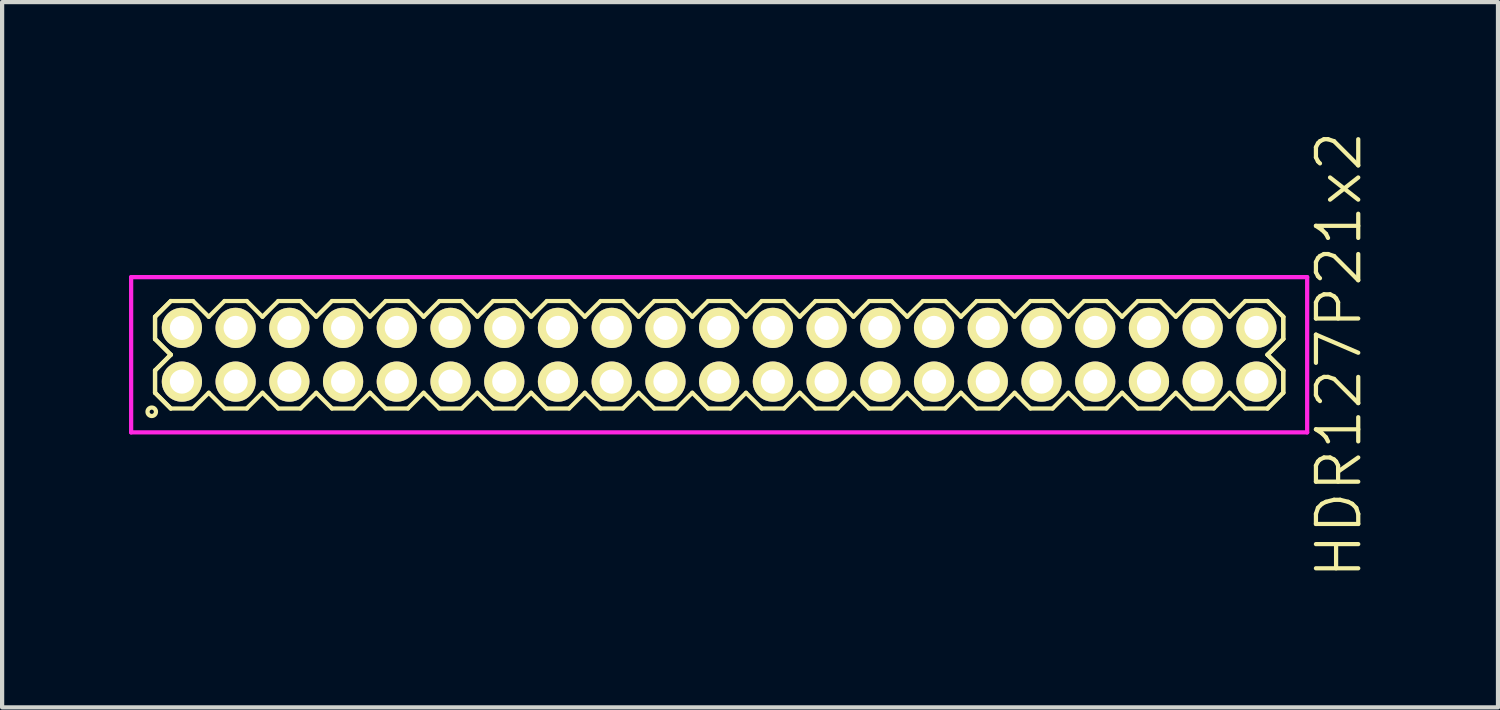
<source format=kicad_pcb>
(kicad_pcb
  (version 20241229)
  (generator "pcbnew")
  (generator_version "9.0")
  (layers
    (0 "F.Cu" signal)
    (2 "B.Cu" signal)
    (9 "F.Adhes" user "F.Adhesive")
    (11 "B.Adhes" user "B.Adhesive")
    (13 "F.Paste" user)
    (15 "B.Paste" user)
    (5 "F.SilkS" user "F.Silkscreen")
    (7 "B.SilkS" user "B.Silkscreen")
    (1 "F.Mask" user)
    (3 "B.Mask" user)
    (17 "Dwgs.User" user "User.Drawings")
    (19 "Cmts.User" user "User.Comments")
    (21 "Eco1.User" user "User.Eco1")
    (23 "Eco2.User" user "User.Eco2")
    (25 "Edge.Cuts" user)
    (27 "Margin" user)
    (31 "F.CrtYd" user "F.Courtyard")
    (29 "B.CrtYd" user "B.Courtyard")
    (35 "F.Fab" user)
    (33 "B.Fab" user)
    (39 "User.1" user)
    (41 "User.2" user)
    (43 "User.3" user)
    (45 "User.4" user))
  (footprint "HDR127P21x2"
    (layer "F.Cu")
    (at 13.95 5.336)
    (property "Reference" "HDR127P21x2" (at 14.65 0 90) (layer "F.SilkS") (effects (font (size 1 1) (thickness 0.1))))
    (attr through_hole)
    (fp_line (start -13.335 -0.898) (end -12.963 -1.27) (stroke (width 0.1) (type solid)) (layer "F.SilkS"))
    (fp_line (start -13.335 -0.898) (end -12.963 -1.27) (stroke (width 0.1) (type solid)) (layer "F.SilkS"))
    (fp_line (start -13.335 -0.372) (end -13.335 -0.898) (stroke (width 0.1) (type solid)) (layer "F.SilkS"))
    (fp_line (start -13.335 -0.372) (end -13.335 -0.898) (stroke (width 0.1) (type solid)) (layer "F.SilkS"))
    (fp_line (start -13.335 0.372) (end -12.963 0) (stroke (width 0.1) (type solid)) (layer "F.SilkS"))
    (fp_line (start -13.335 0.372) (end -12.963 0) (stroke (width 0.1) (type solid)) (layer "F.SilkS"))
    (fp_line (start -13.335 0.898) (end -13.335 0.372) (stroke (width 0.1) (type solid)) (layer "F.SilkS"))
    (fp_line (start -13.335 0.898) (end -13.335 0.372) (stroke (width 0.1) (type solid)) (layer "F.SilkS"))
    (fp_line (start -12.963 -1.27) (end -12.437 -1.27) (stroke (width 0.1) (type solid)) (layer "F.SilkS"))
    (fp_line (start -12.963 0) (end -13.335 -0.372) (stroke (width 0.1) (type solid)) (layer "F.SilkS"))
    (fp_line (start -12.963 0) (end -13.335 -0.372) (stroke (width 0.1) (type solid)) (layer "F.SilkS"))
    (fp_line (start -12.963 1.27) (end -13.335 0.898) (stroke (width 0.1) (type solid)) (layer "F.SilkS"))
    (fp_line (start -12.963 1.27) (end -13.335 0.898) (stroke (width 0.1) (type solid)) (layer "F.SilkS"))
    (fp_line (start -12.437 -1.27) (end -12.065 -0.898) (stroke (width 0.1) (type solid)) (layer "F.SilkS"))
    (fp_line (start -12.437 1.27) (end -12.963 1.27) (stroke (width 0.1) (type solid)) (layer "F.SilkS"))
    (fp_line (start -12.065 -0.898) (end -11.693 -1.27) (stroke (width 0.1) (type solid)) (layer "F.SilkS"))
    (fp_line (start -12.065 0.898) (end -12.437 1.27) (stroke (width 0.1) (type solid)) (layer "F.SilkS"))
    (fp_line (start -11.693 -1.27) (end -11.167 -1.27) (stroke (width 0.1) (type solid)) (layer "F.SilkS"))
    (fp_line (start -11.693 1.27) (end -12.065 0.898) (stroke (width 0.1) (type solid)) (layer "F.SilkS"))
    (fp_line (start -11.167 -1.27) (end -10.795 -0.898) (stroke (width 0.1) (type solid)) (layer "F.SilkS"))
    (fp_line (start -11.167 1.27) (end -11.693 1.27) (stroke (width 0.1) (type solid)) (layer "F.SilkS"))
    (fp_line (start -10.795 -0.898) (end -10.423 -1.27) (stroke (width 0.1) (type solid)) (layer "F.SilkS"))
    (fp_line (start -10.795 0.898) (end -11.167 1.27) (stroke (width 0.1) (type solid)) (layer "F.SilkS"))
    (fp_line (start -10.423 -1.27) (end -9.897 -1.27) (stroke (width 0.1) (type solid)) (layer "F.SilkS"))
    (fp_line (start -10.423 1.27) (end -10.795 0.898) (stroke (width 0.1) (type solid)) (layer "F.SilkS"))
    (fp_line (start -9.897 -1.27) (end -9.525 -0.898) (stroke (width 0.1) (type solid)) (layer "F.SilkS"))
    (fp_line (start -9.897 1.27) (end -10.423 1.27) (stroke (width 0.1) (type solid)) (layer "F.SilkS"))
    (fp_line (start -9.525 -0.898) (end -9.153 -1.27) (stroke (width 0.1) (type solid)) (layer "F.SilkS"))
    (fp_line (start -9.525 0.898) (end -9.897 1.27) (stroke (width 0.1) (type solid)) (layer "F.SilkS"))
    (fp_line (start -9.153 -1.27) (end -8.627 -1.27) (stroke (width 0.1) (type solid)) (layer "F.SilkS"))
    (fp_line (start -9.153 1.27) (end -9.525 0.898) (stroke (width 0.1) (type solid)) (layer "F.SilkS"))
    (fp_line (start -8.627 -1.27) (end -8.255 -0.898) (stroke (width 0.1) (type solid)) (layer "F.SilkS"))
    (fp_line (start -8.627 1.27) (end -9.153 1.27) (stroke (width 0.1) (type solid)) (layer "F.SilkS"))
    (fp_line (start -8.255 -0.898) (end -7.883 -1.27) (stroke (width 0.1) (type solid)) (layer "F.SilkS"))
    (fp_line (start -8.255 0.898) (end -8.627 1.27) (stroke (width 0.1) (type solid)) (layer "F.SilkS"))
    (fp_line (start -7.883 -1.27) (end -7.357 -1.27) (stroke (width 0.1) (type solid)) (layer "F.SilkS"))
    (fp_line (start -7.883 1.27) (end -8.255 0.898) (stroke (width 0.1) (type solid)) (layer "F.SilkS"))
    (fp_line (start -7.357 -1.27) (end -6.985 -0.898) (stroke (width 0.1) (type solid)) (layer "F.SilkS"))
    (fp_line (start -7.357 1.27) (end -7.883 1.27) (stroke (width 0.1) (type solid)) (layer "F.SilkS"))
    (fp_line (start -6.985 -0.898) (end -6.613 -1.27) (stroke (width 0.1) (type solid)) (layer "F.SilkS"))
    (fp_line (start -6.985 0.898) (end -7.357 1.27) (stroke (width 0.1) (type solid)) (layer "F.SilkS"))
    (fp_line (start -6.613 -1.27) (end -6.087 -1.27) (stroke (width 0.1) (type solid)) (layer "F.SilkS"))
    (fp_line (start -6.613 1.27) (end -6.985 0.898) (stroke (width 0.1) (type solid)) (layer "F.SilkS"))
    (fp_line (start -6.087 -1.27) (end -5.715 -0.898) (stroke (width 0.1) (type solid)) (layer "F.SilkS"))
    (fp_line (start -6.087 1.27) (end -6.613 1.27) (stroke (width 0.1) (type solid)) (layer "F.SilkS"))
    (fp_line (start -5.715 -0.898) (end -5.343 -1.27) (stroke (width 0.1) (type solid)) (layer "F.SilkS"))
    (fp_line (start -5.715 0.898) (end -6.087 1.27) (stroke (width 0.1) (type solid)) (layer "F.SilkS"))
    (fp_line (start -5.343 -1.27) (end -4.817 -1.27) (stroke (width 0.1) (type solid)) (layer "F.SilkS"))
    (fp_line (start -5.343 1.27) (end -5.715 0.898) (stroke (width 0.1) (type solid)) (layer "F.SilkS"))
    (fp_line (start -4.817 -1.27) (end -4.445 -0.898) (stroke (width 0.1) (type solid)) (layer "F.SilkS"))
    (fp_line (start -4.817 1.27) (end -5.343 1.27) (stroke (width 0.1) (type solid)) (layer "F.SilkS"))
    (fp_line (start -4.445 -0.898) (end -4.073 -1.27) (stroke (width 0.1) (type solid)) (layer "F.SilkS"))
    (fp_line (start -4.445 0.898) (end -4.817 1.27) (stroke (width 0.1) (type solid)) (layer "F.SilkS"))
    (fp_line (start -4.073 -1.27) (end -3.547 -1.27) (stroke (width 0.1) (type solid)) (layer "F.SilkS"))
    (fp_line (start -4.073 1.27) (end -4.445 0.898) (stroke (width 0.1) (type solid)) (layer "F.SilkS"))
    (fp_line (start -3.547 -1.27) (end -3.175 -0.898) (stroke (width 0.1) (type solid)) (layer "F.SilkS"))
    (fp_line (start -3.547 1.27) (end -4.073 1.27) (stroke (width 0.1) (type solid)) (layer "F.SilkS"))
    (fp_line (start -3.175 -0.898) (end -2.803 -1.27) (stroke (width 0.1) (type solid)) (layer "F.SilkS"))
    (fp_line (start -3.175 0.898) (end -3.547 1.27) (stroke (width 0.1) (type solid)) (layer "F.SilkS"))
    (fp_line (start -2.803 -1.27) (end -2.277 -1.27) (stroke (width 0.1) (type solid)) (layer "F.SilkS"))
    (fp_line (start -2.803 1.27) (end -3.175 0.898) (stroke (width 0.1) (type solid)) (layer "F.SilkS"))
    (fp_line (start -2.277 -1.27) (end -1.905 -0.898) (stroke (width 0.1) (type solid)) (layer "F.SilkS"))
    (fp_line (start -2.277 1.27) (end -2.803 1.27) (stroke (width 0.1) (type solid)) (layer "F.SilkS"))
    (fp_line (start -1.905 -0.898) (end -1.533 -1.27) (stroke (width 0.1) (type solid)) (layer "F.SilkS"))
    (fp_line (start -1.905 0.898) (end -2.277 1.27) (stroke (width 0.1) (type solid)) (layer "F.SilkS"))
    (fp_line (start -1.533 -1.27) (end -1.007 -1.27) (stroke (width 0.1) (type solid)) (layer "F.SilkS"))
    (fp_line (start -1.533 1.27) (end -1.905 0.898) (stroke (width 0.1) (type solid)) (layer "F.SilkS"))
    (fp_line (start -1.007 -1.27) (end -0.635 -0.898) (stroke (width 0.1) (type solid)) (layer "F.SilkS"))
    (fp_line (start -1.007 1.27) (end -1.533 1.27) (stroke (width 0.1) (type solid)) (layer "F.SilkS"))
    (fp_line (start -0.635 -0.898) (end -0.263 -1.27) (stroke (width 0.1) (type solid)) (layer "F.SilkS"))
    (fp_line (start -0.635 0.898) (end -1.007 1.27) (stroke (width 0.1) (type solid)) (layer "F.SilkS"))
    (fp_line (start -0.263 -1.27) (end 0.263 -1.27) (stroke (width 0.1) (type solid)) (layer "F.SilkS"))
    (fp_line (start -0.263 1.27) (end -0.635 0.898) (stroke (width 0.1) (type solid)) (layer "F.SilkS"))
    (fp_line (start 0.263 -1.27) (end 0.635 -0.898) (stroke (width 0.1) (type solid)) (layer "F.SilkS"))
    (fp_line (start 0.263 1.27) (end -0.263 1.27) (stroke (width 0.1) (type solid)) (layer "F.SilkS"))
    (fp_line (start 0.635 -0.898) (end 1.007 -1.27) (stroke (width 0.1) (type solid)) (layer "F.SilkS"))
    (fp_line (start 0.635 0.898) (end 0.263 1.27) (stroke (width 0.1) (type solid)) (layer "F.SilkS"))
    (fp_line (start 1.007 -1.27) (end 1.533 -1.27) (stroke (width 0.1) (type solid)) (layer "F.SilkS"))
    (fp_line (start 1.007 1.27) (end 0.635 0.898) (stroke (width 0.1) (type solid)) (layer "F.SilkS"))
    (fp_line (start 1.533 -1.27) (end 1.905 -0.898) (stroke (width 0.1) (type solid)) (layer "F.SilkS"))
    (fp_line (start 1.533 1.27) (end 1.007 1.27) (stroke (width 0.1) (type solid)) (layer "F.SilkS"))
    (fp_line (start 1.905 -0.898) (end 2.277 -1.27) (stroke (width 0.1) (type solid)) (layer "F.SilkS"))
    (fp_line (start 1.905 0.898) (end 1.533 1.27) (stroke (width 0.1) (type solid)) (layer "F.SilkS"))
    (fp_line (start 2.277 -1.27) (end 2.803 -1.27) (stroke (width 0.1) (type solid)) (layer "F.SilkS"))
    (fp_line (start 2.277 1.27) (end 1.905 0.898) (stroke (width 0.1) (type solid)) (layer "F.SilkS"))
    (fp_line (start 2.803 -1.27) (end 3.175 -0.898) (stroke (width 0.1) (type solid)) (layer "F.SilkS"))
    (fp_line (start 2.803 1.27) (end 2.277 1.27) (stroke (width 0.1) (type solid)) (layer "F.SilkS"))
    (fp_line (start 3.175 -0.898) (end 3.547 -1.27) (stroke (width 0.1) (type solid)) (layer "F.SilkS"))
    (fp_line (start 3.175 0.898) (end 2.803 1.27) (stroke (width 0.1) (type solid)) (layer "F.SilkS"))
    (fp_line (start 3.547 -1.27) (end 4.073 -1.27) (stroke (width 0.1) (type solid)) (layer "F.SilkS"))
    (fp_line (start 3.547 1.27) (end 3.175 0.898) (stroke (width 0.1) (type solid)) (layer "F.SilkS"))
    (fp_line (start 4.073 -1.27) (end 4.445 -0.898) (stroke (width 0.1) (type solid)) (layer "F.SilkS"))
    (fp_line (start 4.073 1.27) (end 3.547 1.27) (stroke (width 0.1) (type solid)) (layer "F.SilkS"))
    (fp_line (start 4.445 -0.898) (end 4.817 -1.27) (stroke (width 0.1) (type solid)) (layer "F.SilkS"))
    (fp_line (start 4.445 0.898) (end 4.073 1.27) (stroke (width 0.1) (type solid)) (layer "F.SilkS"))
    (fp_line (start 4.817 -1.27) (end 5.343 -1.27) (stroke (width 0.1) (type solid)) (layer "F.SilkS"))
    (fp_line (start 4.817 1.27) (end 4.445 0.898) (stroke (width 0.1) (type solid)) (layer "F.SilkS"))
    (fp_line (start 5.343 -1.27) (end 5.715 -0.898) (stroke (width 0.1) (type solid)) (layer "F.SilkS"))
    (fp_line (start 5.343 1.27) (end 4.817 1.27) (stroke (width 0.1) (type solid)) (layer "F.SilkS"))
    (fp_line (start 5.715 -0.898) (end 6.087 -1.27) (stroke (width 0.1) (type solid)) (layer "F.SilkS"))
    (fp_line (start 5.715 0.898) (end 5.343 1.27) (stroke (width 0.1) (type solid)) (layer "F.SilkS"))
    (fp_line (start 6.087 -1.27) (end 6.613 -1.27) (stroke (width 0.1) (type solid)) (layer "F.SilkS"))
    (fp_line (start 6.087 1.27) (end 5.715 0.898) (stroke (width 0.1) (type solid)) (layer "F.SilkS"))
    (fp_line (start 6.613 -1.27) (end 6.985 -0.898) (stroke (width 0.1) (type solid)) (layer "F.SilkS"))
    (fp_line (start 6.613 1.27) (end 6.087 1.27) (stroke (width 0.1) (type solid)) (layer "F.SilkS"))
    (fp_line (start 6.985 -0.898) (end 7.357 -1.27) (stroke (width 0.1) (type solid)) (layer "F.SilkS"))
    (fp_line (start 6.985 0.898) (end 6.613 1.27) (stroke (width 0.1) (type solid)) (layer "F.SilkS"))
    (fp_line (start 7.357 -1.27) (end 7.883 -1.27) (stroke (width 0.1) (type solid)) (layer "F.SilkS"))
    (fp_line (start 7.357 1.27) (end 6.985 0.898) (stroke (width 0.1) (type solid)) (layer "F.SilkS"))
    (fp_line (start 7.883 -1.27) (end 8.255 -0.898) (stroke (width 0.1) (type solid)) (layer "F.SilkS"))
    (fp_line (start 7.883 1.27) (end 7.357 1.27) (stroke (width 0.1) (type solid)) (layer "F.SilkS"))
    (fp_line (start 8.255 -0.898) (end 8.627 -1.27) (stroke (width 0.1) (type solid)) (layer "F.SilkS"))
    (fp_line (start 8.255 0.898) (end 7.883 1.27) (stroke (width 0.1) (type solid)) (layer "F.SilkS"))
    (fp_line (start 8.627 -1.27) (end 9.153 -1.27) (stroke (width 0.1) (type solid)) (layer "F.SilkS"))
    (fp_line (start 8.627 1.27) (end 8.255 0.898) (stroke (width 0.1) (type solid)) (layer "F.SilkS"))
    (fp_line (start 9.153 -1.27) (end 9.525 -0.898) (stroke (width 0.1) (type solid)) (layer "F.SilkS"))
    (fp_line (start 9.153 1.27) (end 8.627 1.27) (stroke (width 0.1) (type solid)) (layer "F.SilkS"))
    (fp_line (start 9.525 -0.898) (end 9.897 -1.27) (stroke (width 0.1) (type solid)) (layer "F.SilkS"))
    (fp_line (start 9.525 0.898) (end 9.153 1.27) (stroke (width 0.1) (type solid)) (layer "F.SilkS"))
    (fp_line (start 9.897 -1.27) (end 10.423 -1.27) (stroke (width 0.1) (type solid)) (layer "F.SilkS"))
    (fp_line (start 9.897 1.27) (end 9.525 0.898) (stroke (width 0.1) (type solid)) (layer "F.SilkS"))
    (fp_line (start 10.423 -1.27) (end 10.795 -0.898) (stroke (width 0.1) (type solid)) (layer "F.SilkS"))
    (fp_line (start 10.423 1.27) (end 9.897 1.27) (stroke (width 0.1) (type solid)) (layer "F.SilkS"))
    (fp_line (start 10.795 -0.898) (end 11.167 -1.27) (stroke (width 0.1) (type solid)) (layer "F.SilkS"))
    (fp_line (start 10.795 0.898) (end 10.423 1.27) (stroke (width 0.1) (type solid)) (layer "F.SilkS"))
    (fp_line (start 11.167 -1.27) (end 11.693 -1.27) (stroke (width 0.1) (type solid)) (layer "F.SilkS"))
    (fp_line (start 11.167 1.27) (end 10.795 0.898) (stroke (width 0.1) (type solid)) (layer "F.SilkS"))
    (fp_line (start 11.693 -1.27) (end 12.065 -0.898) (stroke (width 0.1) (type solid)) (layer "F.SilkS"))
    (fp_line (start 11.693 1.27) (end 11.167 1.27) (stroke (width 0.1) (type solid)) (layer "F.SilkS"))
    (fp_line (start 12.065 -0.898) (end 12.437 -1.27) (stroke (width 0.1) (type solid)) (layer "F.SilkS"))
    (fp_line (start 12.065 0.898) (end 11.693 1.27) (stroke (width 0.1) (type solid)) (layer "F.SilkS"))
    (fp_line (start 12.437 -1.27) (end 12.963 -1.27) (stroke (width 0.1) (type solid)) (layer "F.SilkS"))
    (fp_line (start 12.437 1.27) (end 12.065 0.898) (stroke (width 0.1) (type solid)) (layer "F.SilkS"))
    (fp_line (start 12.963 -1.27) (end 13.335 -0.898) (stroke (width 0.1) (type solid)) (layer "F.SilkS"))
    (fp_line (start 12.963 -1.27) (end 13.335 -0.898) (stroke (width 0.1) (type solid)) (layer "F.SilkS"))
    (fp_line (start 12.963 0) (end 13.335 0.372) (stroke (width 0.1) (type solid)) (layer "F.SilkS"))
    (fp_line (start 12.963 0) (end 13.335 0.372) (stroke (width 0.1) (type solid)) (layer "F.SilkS"))
    (fp_line (start 12.963 1.27) (end 12.437 1.27) (stroke (width 0.1) (type solid)) (layer "F.SilkS"))
    (fp_line (start 13.335 -0.898) (end 13.335 -0.372) (stroke (width 0.1) (type solid)) (layer "F.SilkS"))
    (fp_line (start 13.335 -0.898) (end 13.335 -0.372) (stroke (width 0.1) (type solid)) (layer "F.SilkS"))
    (fp_line (start 13.335 -0.372) (end 12.963 0) (stroke (width 0.1) (type solid)) (layer "F.SilkS"))
    (fp_line (start 13.335 -0.372) (end 12.963 0) (stroke (width 0.1) (type solid)) (layer "F.SilkS"))
    (fp_line (start 13.335 0.372) (end 13.335 0.898) (stroke (width 0.1) (type solid)) (layer "F.SilkS"))
    (fp_line (start 13.335 0.372) (end 13.335 0.898) (stroke (width 0.1) (type solid)) (layer "F.SilkS"))
    (fp_line (start 13.335 0.898) (end 12.963 1.27) (stroke (width 0.1) (type solid)) (layer "F.SilkS"))
    (fp_line (start 13.335 0.898) (end 12.963 1.27) (stroke (width 0.1) (type solid)) (layer "F.SilkS"))
    (fp_circle (center -13.413 1.348) (end -13.313 1.348) (stroke (width 0.1) (type solid)) (fill no) (layer "F.SilkS"))
    (fp_line (start -13.9 -1.835) (end -13.9 1.835) (stroke (width 0.1) (type solid)) (layer "F.CrtYd"))
    (fp_line (start -13.9 1.835) (end 13.9 1.835) (stroke (width 0.1) (type solid)) (layer "F.CrtYd"))
    (fp_line (start 13.9 -1.835) (end -13.9 -1.835) (stroke (width 0.1) (type solid)) (layer "F.CrtYd"))
    (fp_line (start 13.9 1.835) (end 13.9 -1.835) (stroke (width 0.1) (type solid)) (layer "F.CrtYd"))
    (pad "1" thru_hole oval (at -12.7 0.635) (size 0.95 0.95) (drill 0.57) (layers "*.Cu" "*.Mask" "F.SilkS"))
    (pad "2" thru_hole oval (at -12.7 -0.635) (size 0.95 0.95) (drill 0.57) (layers "*.Cu" "*.Mask" "F.SilkS"))
    (pad "3" thru_hole oval (at -11.43 0.635) (size 0.95 0.95) (drill 0.57) (layers "*.Cu" "*.Mask" "F.SilkS"))
    (pad "4" thru_hole oval (at -11.43 -0.635) (size 0.95 0.95) (drill 0.57) (layers "*.Cu" "*.Mask" "F.SilkS"))
    (pad "5" thru_hole oval (at -10.16 0.635) (size 0.95 0.95) (drill 0.57) (layers "*.Cu" "*.Mask" "F.SilkS"))
    (pad "6" thru_hole oval (at -10.16 -0.635) (size 0.95 0.95) (drill 0.57) (layers "*.Cu" "*.Mask" "F.SilkS"))
    (pad "7" thru_hole oval (at -8.89 0.635) (size 0.95 0.95) (drill 0.57) (layers "*.Cu" "*.Mask" "F.SilkS"))
    (pad "8" thru_hole oval (at -8.89 -0.635) (size 0.95 0.95) (drill 0.57) (layers "*.Cu" "*.Mask" "F.SilkS"))
    (pad "9" thru_hole oval (at -7.62 0.635) (size 0.95 0.95) (drill 0.57) (layers "*.Cu" "*.Mask" "F.SilkS"))
    (pad "10" thru_hole oval (at -7.62 -0.635) (size 0.95 0.95) (drill 0.57) (layers "*.Cu" "*.Mask" "F.SilkS"))
    (pad "11" thru_hole oval (at -6.35 0.635) (size 0.95 0.95) (drill 0.57) (layers "*.Cu" "*.Mask" "F.SilkS"))
    (pad "12" thru_hole oval (at -6.35 -0.635) (size 0.95 0.95) (drill 0.57) (layers "*.Cu" "*.Mask" "F.SilkS"))
    (pad "13" thru_hole oval (at -5.08 0.635) (size 0.95 0.95) (drill 0.57) (layers "*.Cu" "*.Mask" "F.SilkS"))
    (pad "14" thru_hole oval (at -5.08 -0.635) (size 0.95 0.95) (drill 0.57) (layers "*.Cu" "*.Mask" "F.SilkS"))
    (pad "15" thru_hole oval (at -3.81 0.635) (size 0.95 0.95) (drill 0.57) (layers "*.Cu" "*.Mask" "F.SilkS"))
    (pad "16" thru_hole oval (at -3.81 -0.635) (size 0.95 0.95) (drill 0.57) (layers "*.Cu" "*.Mask" "F.SilkS"))
    (pad "17" thru_hole oval (at -2.54 0.635) (size 0.95 0.95) (drill 0.57) (layers "*.Cu" "*.Mask" "F.SilkS"))
    (pad "18" thru_hole oval (at -2.54 -0.635) (size 0.95 0.95) (drill 0.57) (layers "*.Cu" "*.Mask" "F.SilkS"))
    (pad "19" thru_hole oval (at -1.27 0.635) (size 0.95 0.95) (drill 0.57) (layers "*.Cu" "*.Mask" "F.SilkS"))
    (pad "20" thru_hole oval (at -1.27 -0.635) (size 0.95 0.95) (drill 0.57) (layers "*.Cu" "*.Mask" "F.SilkS"))
    (pad "21" thru_hole oval (at 0 0.635) (size 0.95 0.95) (drill 0.57) (layers "*.Cu" "*.Mask" "F.SilkS"))
    (pad "22" thru_hole oval (at 0 -0.635) (size 0.95 0.95) (drill 0.57) (layers "*.Cu" "*.Mask" "F.SilkS"))
    (pad "23" thru_hole oval (at 1.27 0.635) (size 0.95 0.95) (drill 0.57) (layers "*.Cu" "*.Mask" "F.SilkS"))
    (pad "24" thru_hole oval (at 1.27 -0.635) (size 0.95 0.95) (drill 0.57) (layers "*.Cu" "*.Mask" "F.SilkS"))
    (pad "25" thru_hole oval (at 2.54 0.635) (size 0.95 0.95) (drill 0.57) (layers "*.Cu" "*.Mask" "F.SilkS"))
    (pad "26" thru_hole oval (at 2.54 -0.635) (size 0.95 0.95) (drill 0.57) (layers "*.Cu" "*.Mask" "F.SilkS"))
    (pad "27" thru_hole oval (at 3.81 0.635) (size 0.95 0.95) (drill 0.57) (layers "*.Cu" "*.Mask" "F.SilkS"))
    (pad "28" thru_hole oval (at 3.81 -0.635) (size 0.95 0.95) (drill 0.57) (layers "*.Cu" "*.Mask" "F.SilkS"))
    (pad "29" thru_hole oval (at 5.08 0.635) (size 0.95 0.95) (drill 0.57) (layers "*.Cu" "*.Mask" "F.SilkS"))
    (pad "30" thru_hole oval (at 5.08 -0.635) (size 0.95 0.95) (drill 0.57) (layers "*.Cu" "*.Mask" "F.SilkS"))
    (pad "31" thru_hole oval (at 6.35 0.635) (size 0.95 0.95) (drill 0.57) (layers "*.Cu" "*.Mask" "F.SilkS"))
    (pad "32" thru_hole oval (at 6.35 -0.635) (size 0.95 0.95) (drill 0.57) (layers "*.Cu" "*.Mask" "F.SilkS"))
    (pad "33" thru_hole oval (at 7.62 0.635) (size 0.95 0.95) (drill 0.57) (layers "*.Cu" "*.Mask" "F.SilkS"))
    (pad "34" thru_hole oval (at 7.62 -0.635) (size 0.95 0.95) (drill 0.57) (layers "*.Cu" "*.Mask" "F.SilkS"))
    (pad "35" thru_hole oval (at 8.89 0.635) (size 0.95 0.95) (drill 0.57) (layers "*.Cu" "*.Mask" "F.SilkS"))
    (pad "36" thru_hole oval (at 8.89 -0.635) (size 0.95 0.95) (drill 0.57) (layers "*.Cu" "*.Mask" "F.SilkS"))
    (pad "37" thru_hole oval (at 10.16 0.635) (size 0.95 0.95) (drill 0.57) (layers "*.Cu" "*.Mask" "F.SilkS"))
    (pad "38" thru_hole oval (at 10.16 -0.635) (size 0.95 0.95) (drill 0.57) (layers "*.Cu" "*.Mask" "F.SilkS"))
    (pad "39" thru_hole oval (at 11.43 0.635) (size 0.95 0.95) (drill 0.57) (layers "*.Cu" "*.Mask" "F.SilkS"))
    (pad "40" thru_hole oval (at 11.43 -0.635) (size 0.95 0.95) (drill 0.57) (layers "*.Cu" "*.Mask" "F.SilkS"))
    (pad "41" thru_hole oval (at 12.7 0.635) (size 0.95 0.95) (drill 0.57) (layers "*.Cu" "*.Mask" "F.SilkS"))
    (pad "42" thru_hole oval (at 12.7 -0.635) (size 0.95 0.95) (drill 0.57) (layers "*.Cu" "*.Mask" "F.SilkS")))
  (gr_rect
    (start -3 -3)
    (end 32.361 13.671)
    (stroke (width 0.1) (type default))
    (fill no)
    (layer "Edge.Cuts")))
</source>
